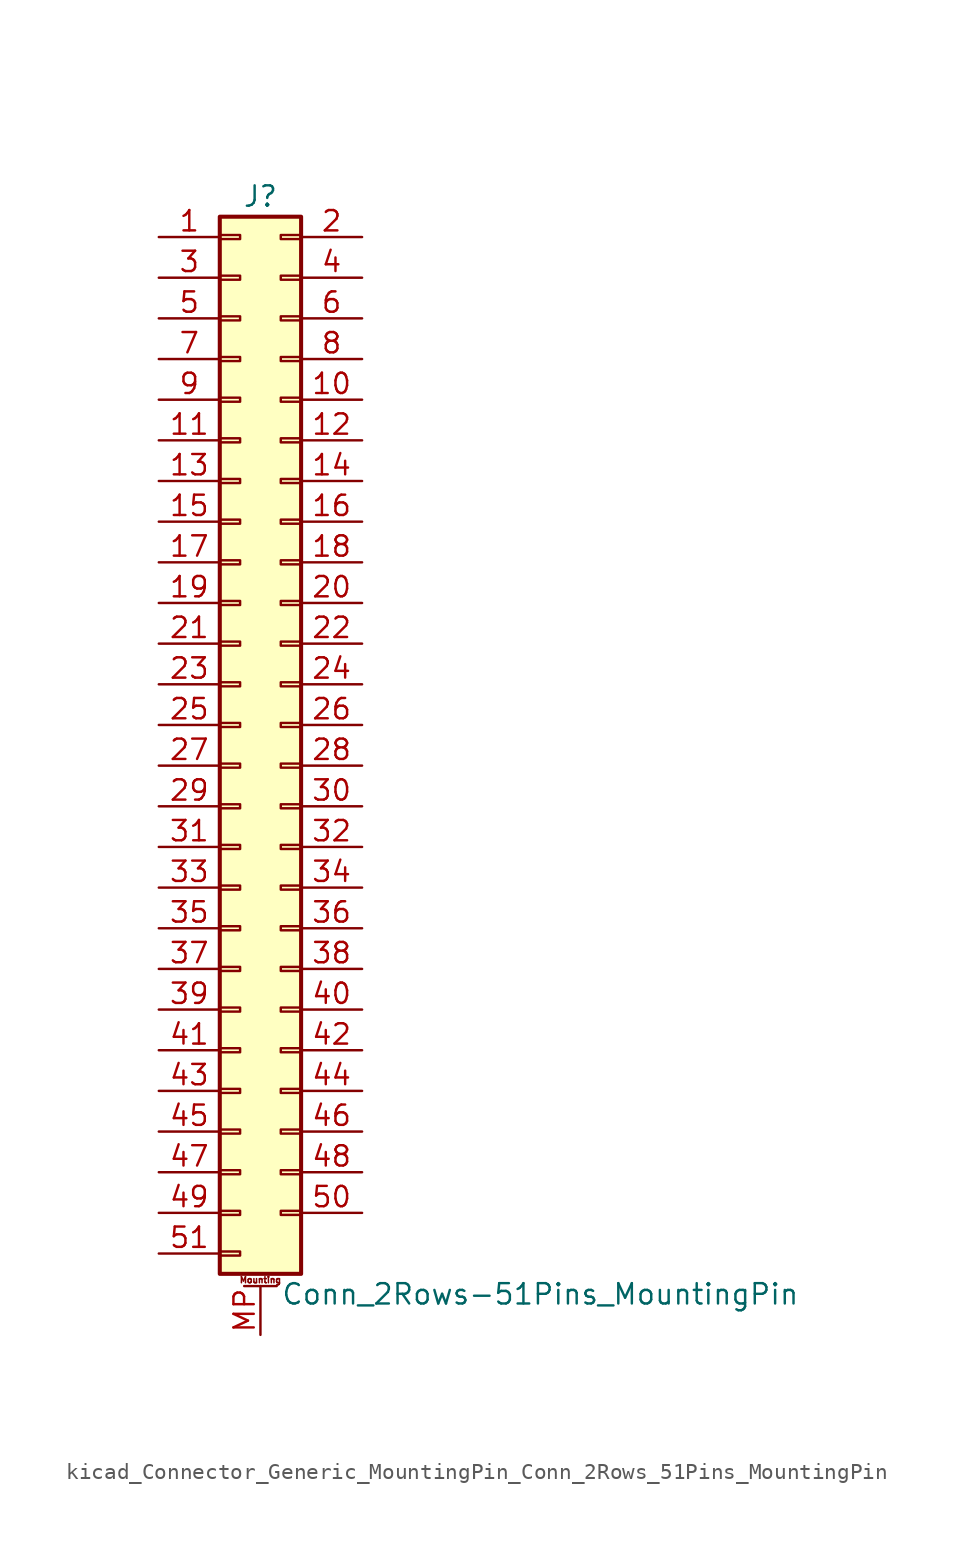
<source format=kicad_sym>
(kicad_symbol_lib
  (version 20220914)
  (generator kicad_symbol_editor)
  (symbol "kicad_Connector_Generic_MountingPin_Conn_2Rows_51Pins_MountingPin"
    (pin_names
      (offset 1.016) hide)
    (property "Reference" "J"
      (at 1.27 33.02 0)
      (effects (font (size 1.27 1.27))))
    (property "Value" "Conn_2Rows-51Pins_MountingPin"
      (at 2.54 -35.56 0)
      (effects (font (size 1.27 1.27)) (justify left)))
    (symbol "kicad_Connector_Generic_MountingPin_Conn_2Rows_51Pins_MountingPin_1_1"
      (rectangle (start -1.27 -32.893) (end 0 -33.147) (stroke (width 0.152) (type default)) (fill (type none)))
      (rectangle (start -1.27 -30.353) (end 0 -30.607) (stroke (width 0.152) (type default)) (fill (type none)))
      (rectangle (start -1.27 -27.813) (end 0 -28.067) (stroke (width 0.152) (type default)) (fill (type none)))
      (rectangle (start -1.27 -25.273) (end 0 -25.527) (stroke (width 0.152) (type default)) (fill (type none)))
      (rectangle (start -1.27 -22.733) (end 0 -22.987) (stroke (width 0.152) (type default)) (fill (type none)))
      (rectangle (start -1.27 -20.193) (end 0 -20.447) (stroke (width 0.152) (type default)) (fill (type none)))
      (rectangle (start -1.27 -17.653) (end 0 -17.907) (stroke (width 0.152) (type default)) (fill (type none)))
      (rectangle (start -1.27 -15.113) (end 0 -15.367) (stroke (width 0.152) (type default)) (fill (type none)))
      (rectangle (start -1.27 -12.573) (end 0 -12.827) (stroke (width 0.152) (type default)) (fill (type none)))
      (rectangle (start -1.27 -10.033) (end 0 -10.287) (stroke (width 0.152) (type default)) (fill (type none)))
      (rectangle (start -1.27 -7.493) (end 0 -7.747) (stroke (width 0.152) (type default)) (fill (type none)))
      (rectangle (start -1.27 -4.953) (end 0 -5.207) (stroke (width 0.152) (type default)) (fill (type none)))
      (rectangle (start -1.27 -2.413) (end 0 -2.667) (stroke (width 0.152) (type default)) (fill (type none)))
      (rectangle (start -1.27 0.127) (end 0 -0.127) (stroke (width 0.152) (type default)) (fill (type none)))
      (rectangle (start -1.27 2.667) (end 0 2.413) (stroke (width 0.152) (type default)) (fill (type none)))
      (rectangle (start -1.27 5.207) (end 0 4.953) (stroke (width 0.152) (type default)) (fill (type none)))
      (rectangle (start -1.27 7.747) (end 0 7.493) (stroke (width 0.152) (type default)) (fill (type none)))
      (rectangle (start -1.27 10.287) (end 0 10.033) (stroke (width 0.152) (type default)) (fill (type none)))
      (rectangle (start -1.27 12.827) (end 0 12.573) (stroke (width 0.152) (type default)) (fill (type none)))
      (rectangle (start -1.27 15.367) (end 0 15.113) (stroke (width 0.152) (type default)) (fill (type none)))
      (rectangle (start -1.27 17.907) (end 0 17.653) (stroke (width 0.152) (type default)) (fill (type none)))
      (rectangle (start -1.27 20.447) (end 0 20.193) (stroke (width 0.152) (type default)) (fill (type none)))
      (rectangle (start -1.27 22.987) (end 0 22.733) (stroke (width 0.152) (type default)) (fill (type none)))
      (rectangle (start -1.27 25.527) (end 0 25.273) (stroke (width 0.152) (type default)) (fill (type none)))
      (rectangle (start -1.27 28.067) (end 0 27.813) (stroke (width 0.152) (type default)) (fill (type none)))
      (rectangle (start -1.27 30.607) (end 0 30.353) (stroke (width 0.152) (type default)) (fill (type none)))
      (rectangle (start -1.27 31.75) (end 3.81 -34.29) (stroke (width 0.254) (type default)) (fill (type background)))
      (polyline (pts (xy 0.254 -35.052) (xy 2.286 -35.052)) (stroke (width 0.152) (type default)) (fill (type none)))
      (rectangle (start 3.81 -30.353) (end 2.54 -30.607) (stroke (width 0.152) (type default)) (fill (type none)))
      (rectangle (start 3.81 -27.813) (end 2.54 -28.067) (stroke (width 0.152) (type default)) (fill (type none)))
      (rectangle (start 3.81 -25.273) (end 2.54 -25.527) (stroke (width 0.152) (type default)) (fill (type none)))
      (rectangle (start 3.81 -22.733) (end 2.54 -22.987) (stroke (width 0.152) (type default)) (fill (type none)))
      (rectangle (start 3.81 -20.193) (end 2.54 -20.447) (stroke (width 0.152) (type default)) (fill (type none)))
      (rectangle (start 3.81 -17.653) (end 2.54 -17.907) (stroke (width 0.152) (type default)) (fill (type none)))
      (rectangle (start 3.81 -15.113) (end 2.54 -15.367) (stroke (width 0.152) (type default)) (fill (type none)))
      (rectangle (start 3.81 -12.573) (end 2.54 -12.827) (stroke (width 0.152) (type default)) (fill (type none)))
      (rectangle (start 3.81 -10.033) (end 2.54 -10.287) (stroke (width 0.152) (type default)) (fill (type none)))
      (rectangle (start 3.81 -7.493) (end 2.54 -7.747) (stroke (width 0.152) (type default)) (fill (type none)))
      (rectangle (start 3.81 -4.953) (end 2.54 -5.207) (stroke (width 0.152) (type default)) (fill (type none)))
      (rectangle (start 3.81 -2.413) (end 2.54 -2.667) (stroke (width 0.152) (type default)) (fill (type none)))
      (rectangle (start 3.81 0.127) (end 2.54 -0.127) (stroke (width 0.152) (type default)) (fill (type none)))
      (rectangle (start 3.81 2.667) (end 2.54 2.413) (stroke (width 0.152) (type default)) (fill (type none)))
      (rectangle (start 3.81 5.207) (end 2.54 4.953) (stroke (width 0.152) (type default)) (fill (type none)))
      (rectangle (start 3.81 7.747) (end 2.54 7.493) (stroke (width 0.152) (type default)) (fill (type none)))
      (rectangle (start 3.81 10.287) (end 2.54 10.033) (stroke (width 0.152) (type default)) (fill (type none)))
      (rectangle (start 3.81 12.827) (end 2.54 12.573) (stroke (width 0.152) (type default)) (fill (type none)))
      (rectangle (start 3.81 15.367) (end 2.54 15.113) (stroke (width 0.152) (type default)) (fill (type none)))
      (rectangle (start 3.81 17.907) (end 2.54 17.653) (stroke (width 0.152) (type default)) (fill (type none)))
      (rectangle (start 3.81 20.447) (end 2.54 20.193) (stroke (width 0.152) (type default)) (fill (type none)))
      (rectangle (start 3.81 22.987) (end 2.54 22.733) (stroke (width 0.152) (type default)) (fill (type none)))
      (rectangle (start 3.81 25.527) (end 2.54 25.273) (stroke (width 0.152) (type default)) (fill (type none)))
      (rectangle (start 3.81 28.067) (end 2.54 27.813) (stroke (width 0.152) (type default)) (fill (type none)))
      (rectangle (start 3.81 30.607) (end 2.54 30.353) (stroke (width 0.152) (type default)) (fill (type none)))
      (text "Mounting" (at 1.27 -34.671 0) (effects (font (size 0.381 0.381))))
      (pin passive line (at -5.08 30.48 0) (length 3.81) (name "Pin_1" (effects (font (size 1.27 1.27)))) (number "1" (effects (font (size 1.27 1.27)))))
      (pin passive line (at 7.62 20.32 180) (length 3.81) (name "Pin_10" (effects (font (size 1.27 1.27)))) (number "10" (effects (font (size 1.27 1.27)))))
      (pin passive line (at -5.08 17.78 0) (length 3.81) (name "Pin_11" (effects (font (size 1.27 1.27)))) (number "11" (effects (font (size 1.27 1.27)))))
      (pin passive line (at 7.62 17.78 180) (length 3.81) (name "Pin_12" (effects (font (size 1.27 1.27)))) (number "12" (effects (font (size 1.27 1.27)))))
      (pin passive line (at -5.08 15.24 0) (length 3.81) (name "Pin_13" (effects (font (size 1.27 1.27)))) (number "13" (effects (font (size 1.27 1.27)))))
      (pin passive line (at 7.62 15.24 180) (length 3.81) (name "Pin_14" (effects (font (size 1.27 1.27)))) (number "14" (effects (font (size 1.27 1.27)))))
      (pin passive line (at -5.08 12.7 0) (length 3.81) (name "Pin_15" (effects (font (size 1.27 1.27)))) (number "15" (effects (font (size 1.27 1.27)))))
      (pin passive line (at 7.62 12.7 180) (length 3.81) (name "Pin_16" (effects (font (size 1.27 1.27)))) (number "16" (effects (font (size 1.27 1.27)))))
      (pin passive line (at -5.08 10.16 0) (length 3.81) (name "Pin_17" (effects (font (size 1.27 1.27)))) (number "17" (effects (font (size 1.27 1.27)))))
      (pin passive line (at 7.62 10.16 180) (length 3.81) (name "Pin_18" (effects (font (size 1.27 1.27)))) (number "18" (effects (font (size 1.27 1.27)))))
      (pin passive line (at -5.08 7.62 0) (length 3.81) (name "Pin_19" (effects (font (size 1.27 1.27)))) (number "19" (effects (font (size 1.27 1.27)))))
      (pin passive line (at 7.62 30.48 180) (length 3.81) (name "Pin_2" (effects (font (size 1.27 1.27)))) (number "2" (effects (font (size 1.27 1.27)))))
      (pin passive line (at 7.62 7.62 180) (length 3.81) (name "Pin_20" (effects (font (size 1.27 1.27)))) (number "20" (effects (font (size 1.27 1.27)))))
      (pin passive line (at -5.08 5.08 0) (length 3.81) (name "Pin_21" (effects (font (size 1.27 1.27)))) (number "21" (effects (font (size 1.27 1.27)))))
      (pin passive line (at 7.62 5.08 180) (length 3.81) (name "Pin_22" (effects (font (size 1.27 1.27)))) (number "22" (effects (font (size 1.27 1.27)))))
      (pin passive line (at -5.08 2.54 0) (length 3.81) (name "Pin_23" (effects (font (size 1.27 1.27)))) (number "23" (effects (font (size 1.27 1.27)))))
      (pin passive line (at 7.62 2.54 180) (length 3.81) (name "Pin_24" (effects (font (size 1.27 1.27)))) (number "24" (effects (font (size 1.27 1.27)))))
      (pin passive line (at -5.08 0 0) (length 3.81) (name "Pin_25" (effects (font (size 1.27 1.27)))) (number "25" (effects (font (size 1.27 1.27)))))
      (pin passive line (at 7.62 0 180) (length 3.81) (name "Pin_26" (effects (font (size 1.27 1.27)))) (number "26" (effects (font (size 1.27 1.27)))))
      (pin passive line (at -5.08 -2.54 0) (length 3.81) (name "Pin_27" (effects (font (size 1.27 1.27)))) (number "27" (effects (font (size 1.27 1.27)))))
      (pin passive line (at 7.62 -2.54 180) (length 3.81) (name "Pin_28" (effects (font (size 1.27 1.27)))) (number "28" (effects (font (size 1.27 1.27)))))
      (pin passive line (at -5.08 -5.08 0) (length 3.81) (name "Pin_29" (effects (font (size 1.27 1.27)))) (number "29" (effects (font (size 1.27 1.27)))))
      (pin passive line (at -5.08 27.94 0) (length 3.81) (name "Pin_3" (effects (font (size 1.27 1.27)))) (number "3" (effects (font (size 1.27 1.27)))))
      (pin passive line (at 7.62 -5.08 180) (length 3.81) (name "Pin_30" (effects (font (size 1.27 1.27)))) (number "30" (effects (font (size 1.27 1.27)))))
      (pin passive line (at -5.08 -7.62 0) (length 3.81) (name "Pin_31" (effects (font (size 1.27 1.27)))) (number "31" (effects (font (size 1.27 1.27)))))
      (pin passive line (at 7.62 -7.62 180) (length 3.81) (name "Pin_32" (effects (font (size 1.27 1.27)))) (number "32" (effects (font (size 1.27 1.27)))))
      (pin passive line (at -5.08 -10.16 0) (length 3.81) (name "Pin_33" (effects (font (size 1.27 1.27)))) (number "33" (effects (font (size 1.27 1.27)))))
      (pin passive line (at 7.62 -10.16 180) (length 3.81) (name "Pin_34" (effects (font (size 1.27 1.27)))) (number "34" (effects (font (size 1.27 1.27)))))
      (pin passive line (at -5.08 -12.7 0) (length 3.81) (name "Pin_35" (effects (font (size 1.27 1.27)))) (number "35" (effects (font (size 1.27 1.27)))))
      (pin passive line (at 7.62 -12.7 180) (length 3.81) (name "Pin_36" (effects (font (size 1.27 1.27)))) (number "36" (effects (font (size 1.27 1.27)))))
      (pin passive line (at -5.08 -15.24 0) (length 3.81) (name "Pin_37" (effects (font (size 1.27 1.27)))) (number "37" (effects (font (size 1.27 1.27)))))
      (pin passive line (at 7.62 -15.24 180) (length 3.81) (name "Pin_38" (effects (font (size 1.27 1.27)))) (number "38" (effects (font (size 1.27 1.27)))))
      (pin passive line (at -5.08 -17.78 0) (length 3.81) (name "Pin_39" (effects (font (size 1.27 1.27)))) (number "39" (effects (font (size 1.27 1.27)))))
      (pin passive line (at 7.62 27.94 180) (length 3.81) (name "Pin_4" (effects (font (size 1.27 1.27)))) (number "4" (effects (font (size 1.27 1.27)))))
      (pin passive line (at 7.62 -17.78 180) (length 3.81) (name "Pin_40" (effects (font (size 1.27 1.27)))) (number "40" (effects (font (size 1.27 1.27)))))
      (pin passive line (at -5.08 -20.32 0) (length 3.81) (name "Pin_41" (effects (font (size 1.27 1.27)))) (number "41" (effects (font (size 1.27 1.27)))))
      (pin passive line (at 7.62 -20.32 180) (length 3.81) (name "Pin_42" (effects (font (size 1.27 1.27)))) (number "42" (effects (font (size 1.27 1.27)))))
      (pin passive line (at -5.08 -22.86 0) (length 3.81) (name "Pin_43" (effects (font (size 1.27 1.27)))) (number "43" (effects (font (size 1.27 1.27)))))
      (pin passive line (at 7.62 -22.86 180) (length 3.81) (name "Pin_44" (effects (font (size 1.27 1.27)))) (number "44" (effects (font (size 1.27 1.27)))))
      (pin passive line (at -5.08 -25.4 0) (length 3.81) (name "Pin_45" (effects (font (size 1.27 1.27)))) (number "45" (effects (font (size 1.27 1.27)))))
      (pin passive line (at 7.62 -25.4 180) (length 3.81) (name "Pin_46" (effects (font (size 1.27 1.27)))) (number "46" (effects (font (size 1.27 1.27)))))
      (pin passive line (at -5.08 -27.94 0) (length 3.81) (name "Pin_47" (effects (font (size 1.27 1.27)))) (number "47" (effects (font (size 1.27 1.27)))))
      (pin passive line (at 7.62 -27.94 180) (length 3.81) (name "Pin_48" (effects (font (size 1.27 1.27)))) (number "48" (effects (font (size 1.27 1.27)))))
      (pin passive line (at -5.08 -30.48 0) (length 3.81) (name "Pin_49" (effects (font (size 1.27 1.27)))) (number "49" (effects (font (size 1.27 1.27)))))
      (pin passive line (at -5.08 25.4 0) (length 3.81) (name "Pin_5" (effects (font (size 1.27 1.27)))) (number "5" (effects (font (size 1.27 1.27)))))
      (pin passive line (at 7.62 -30.48 180) (length 3.81) (name "Pin_50" (effects (font (size 1.27 1.27)))) (number "50" (effects (font (size 1.27 1.27)))))
      (pin passive line (at -5.08 -33.02 0) (length 3.81) (name "Pin_51" (effects (font (size 1.27 1.27)))) (number "51" (effects (font (size 1.27 1.27)))))
      (pin passive line (at 7.62 25.4 180) (length 3.81) (name "Pin_6" (effects (font (size 1.27 1.27)))) (number "6" (effects (font (size 1.27 1.27)))))
      (pin passive line (at -5.08 22.86 0) (length 3.81) (name "Pin_7" (effects (font (size 1.27 1.27)))) (number "7" (effects (font (size 1.27 1.27)))))
      (pin passive line (at 7.62 22.86 180) (length 3.81) (name "Pin_8" (effects (font (size 1.27 1.27)))) (number "8" (effects (font (size 1.27 1.27)))))
      (pin passive line (at -5.08 20.32 0) (length 3.81) (name "Pin_9" (effects (font (size 1.27 1.27)))) (number "9" (effects (font (size 1.27 1.27)))))
      (pin passive line (at 1.27 -38.1 90) (length 3.048) (name "MountPin" (effects (font (size 1.27 1.27)))) (number "MP" (effects (font (size 1.27 1.27))))))))
</source>
